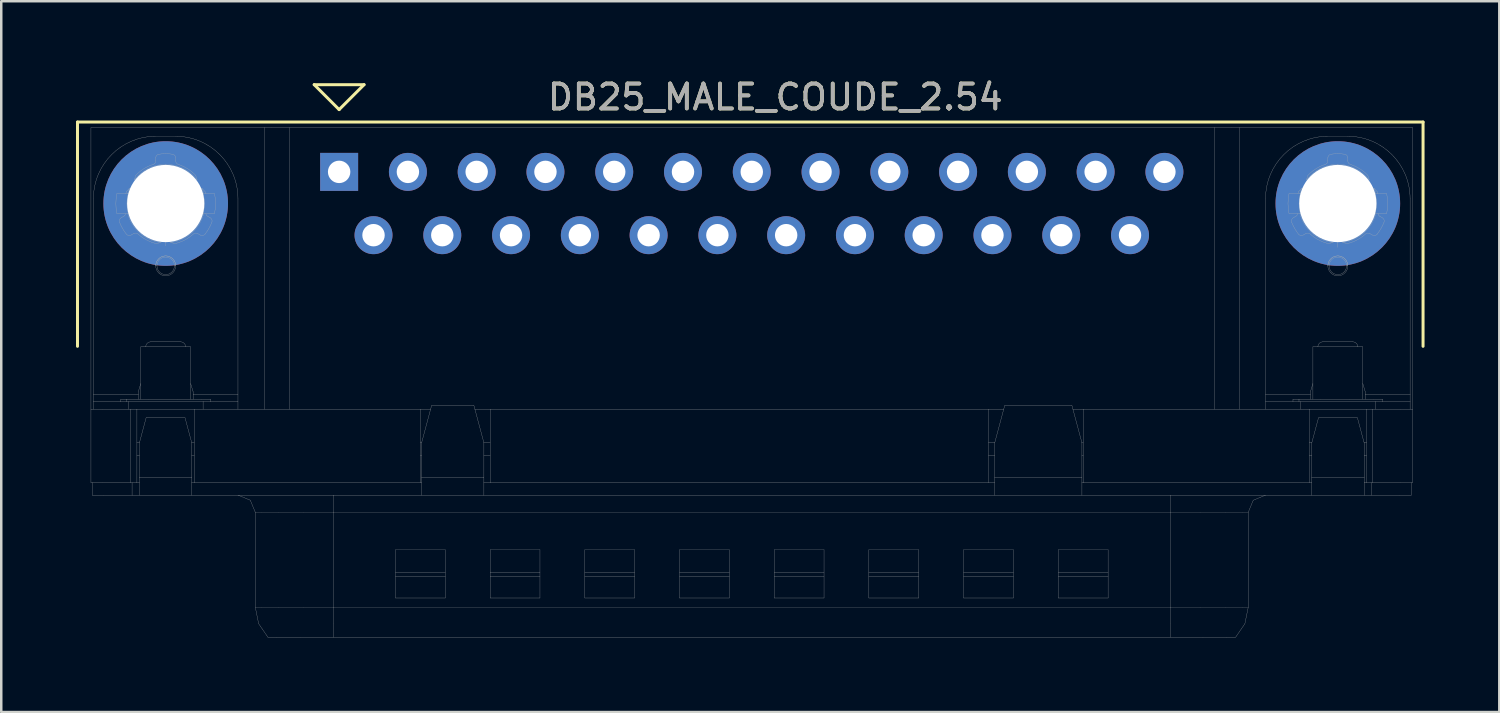
<source format=kicad_pcb>
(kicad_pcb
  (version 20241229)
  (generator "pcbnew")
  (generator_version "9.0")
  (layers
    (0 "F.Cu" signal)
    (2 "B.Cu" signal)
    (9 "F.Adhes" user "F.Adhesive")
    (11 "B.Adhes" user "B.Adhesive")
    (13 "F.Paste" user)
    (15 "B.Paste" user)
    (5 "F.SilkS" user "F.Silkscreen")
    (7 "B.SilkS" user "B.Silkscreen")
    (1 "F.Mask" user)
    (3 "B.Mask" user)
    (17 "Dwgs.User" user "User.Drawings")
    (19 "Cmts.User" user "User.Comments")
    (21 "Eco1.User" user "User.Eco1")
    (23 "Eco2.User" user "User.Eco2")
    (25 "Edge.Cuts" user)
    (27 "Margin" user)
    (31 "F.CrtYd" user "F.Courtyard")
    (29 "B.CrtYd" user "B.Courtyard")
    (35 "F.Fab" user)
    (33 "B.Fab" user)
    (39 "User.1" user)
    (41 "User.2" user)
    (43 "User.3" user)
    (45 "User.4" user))
  (footprint "DB25_MALE_COUDE_2.54"
    (layer "F.Cu")
    (at 10.56 3.848)
    (property "Reference" "DB25_MALE_COUDE_2.54" (at 17.5 -3 0) (layer "F.SilkS") (effects (font (size 1 1) (thickness 0.15))))
    (attr through_hole)
    (fp_line (start -10.5 -2) (end 43.5 -2) (stroke (width 0.12) (type solid)) (layer "F.SilkS"))
    (fp_line (start -10.5 7) (end -10.5 -2) (stroke (width 0.12) (type solid)) (layer "F.SilkS"))
    (fp_line (start -1 -3.5) (end 0 -2.5) (stroke (width 0.12) (type solid)) (layer "F.SilkS"))
    (fp_line (start 0 -2.5) (end 1 -3.5) (stroke (width 0.12) (type solid)) (layer "F.SilkS"))
    (fp_line (start 1 -3.5) (end -1 -3.5) (stroke (width 0.12) (type solid)) (layer "F.SilkS"))
    (fp_line (start 43.5 -2) (end 43.5 7) (stroke (width 0.12) (type solid)) (layer "F.SilkS"))
    (fp_line (start -9.96 -1.778) (end -9.96 9.522) (stroke (width 0.01) (type solid)) (layer "F.Fab"))
    (fp_line (start -9.96 9.522) (end -9.491 9.522) (stroke (width 0.01) (type solid)) (layer "F.Fab"))
    (fp_line (start -9.96 12.472) (end -9.96 9.522) (stroke (width 0.01) (type solid)) (layer "F.Fab"))
    (fp_line (start -9.96 12.472) (end -9.491 12.472) (stroke (width 0.01) (type solid)) (layer "F.Fab"))
    (fp_line (start -9.91 12.472) (end -9.91 12.972) (stroke (width 0.01) (type solid)) (layer "F.Fab"))
    (fp_line (start -9.91 12.972) (end -9.441 12.972) (stroke (width 0.01) (type solid)) (layer "F.Fab"))
    (fp_line (start -9.86 1.072) (end -9.86 8.922) (stroke (width 0.01) (type solid)) (layer "F.Fab"))
    (fp_line (start -9.86 8.922) (end -8.06 8.922) (stroke (width 0.01) (type solid)) (layer "F.Fab"))
    (fp_line (start -9.86 9.222) (end -9.86 8.922) (stroke (width 0.01) (type solid)) (layer "F.Fab"))
    (fp_line (start -9.86 9.522) (end -9.86 9.222) (stroke (width 0.01) (type solid)) (layer "F.Fab"))
    (fp_line (start -9.491 9.522) (end -8.36 9.522) (stroke (width 0.01) (type solid)) (layer "F.Fab"))
    (fp_line (start -9.491 12.472) (end -8.36 12.472) (stroke (width 0.01) (type solid)) (layer "F.Fab"))
    (fp_line (start -9.441 12.972) (end -8.31 12.972) (stroke (width 0.01) (type solid)) (layer "F.Fab"))
    (fp_line (start -8.92 1.672) (end -8.463 1.672) (stroke (width 0.01) (type solid)) (layer "F.Fab"))
    (fp_line (start -8.76 9.122) (end -8.519 9.122) (stroke (width 0.01) (type solid)) (layer "F.Fab"))
    (fp_line (start -8.76 9.222) (end -8.76 9.122) (stroke (width 0.01) (type solid)) (layer "F.Fab"))
    (fp_line (start -8.644 1.782) (end -8.748 1.842) (stroke (width 0.01) (type solid)) (layer "F.Fab"))
    (fp_line (start -8.519 9.122) (end -7.646 9.122) (stroke (width 0.01) (type solid)) (layer "F.Fab"))
    (fp_line (start -8.519 9.222) (end -8.519 9.122) (stroke (width 0.01) (type solid)) (layer "F.Fab"))
    (fp_line (start -8.463 0.872) (end -8.92 0.872) (stroke (width 0.01) (type solid)) (layer "F.Fab"))
    (fp_line (start -8.463 0.872) (end -8.223 0.872) (stroke (width 0.01) (type solid)) (layer "F.Fab"))
    (fp_line (start -8.463 0.872) (end -8.223 0.872) (stroke (width 0.01) (type solid)) (layer "F.Fab"))
    (fp_line (start -8.463 1.672) (end -8.223 1.672) (stroke (width 0.01) (type solid)) (layer "F.Fab"))
    (fp_line (start -8.46 9.222) (end -9.86 9.222) (stroke (width 0.01) (type solid)) (layer "F.Fab"))
    (fp_line (start -8.46 9.222) (end -5.46 9.222) (stroke (width 0.01) (type solid)) (layer "F.Fab"))
    (fp_line (start -8.46 9.522) (end -8.46 9.222) (stroke (width 0.01) (type solid)) (layer "F.Fab"))
    (fp_line (start -8.36 9.522) (end -8.115 9.522) (stroke (width 0.01) (type solid)) (layer "F.Fab"))
    (fp_line (start -8.36 12.472) (end -8.36 9.522) (stroke (width 0.01) (type solid)) (layer "F.Fab"))
    (fp_line (start -8.36 12.472) (end -8.115 12.472) (stroke (width 0.01) (type solid)) (layer "F.Fab"))
    (fp_line (start -8.348 2.534) (end -8.244 2.475) (stroke (width 0.01) (type solid)) (layer "F.Fab"))
    (fp_line (start -8.31 12.472) (end -8.31 12.972) (stroke (width 0.01) (type solid)) (layer "F.Fab"))
    (fp_line (start -8.31 12.972) (end -8.015 12.972) (stroke (width 0.01) (type solid)) (layer "F.Fab"))
    (fp_line (start -8.223 1.672) (end -8.463 1.672) (stroke (width 0.01) (type solid)) (layer "F.Fab"))
    (fp_line (start -8.115 9.522) (end -5.815 9.522) (stroke (width 0.01) (type solid)) (layer "F.Fab"))
    (fp_line (start -8.115 10.872) (end -8.015 10.872) (stroke (width 0.01) (type solid)) (layer "F.Fab"))
    (fp_line (start -8.115 11.372) (end -8.015 11.372) (stroke (width 0.01) (type solid)) (layer "F.Fab"))
    (fp_line (start -8.115 12.472) (end -8.115 9.522) (stroke (width 0.01) (type solid)) (layer "F.Fab"))
    (fp_line (start -8.115 12.472) (end -8.015 12.472) (stroke (width 0.01) (type solid)) (layer "F.Fab"))
    (fp_line (start -8.06 8.822) (end -7.96 8.494) (stroke (width 0.01) (type solid)) (layer "F.Fab"))
    (fp_line (start -8.06 8.922) (end -8.06 8.822) (stroke (width 0.01) (type solid)) (layer "F.Fab"))
    (fp_line (start -8.06 9.122) (end -8.06 8.922) (stroke (width 0.01) (type solid)) (layer "F.Fab"))
    (fp_line (start -8.015 10.872) (end -7.747 9.872) (stroke (width 0.01) (type solid)) (layer "F.Fab"))
    (fp_line (start -8.015 12.272) (end -8.015 10.872) (stroke (width 0.01) (type solid)) (layer "F.Fab"))
    (fp_line (start -8.015 12.272) (end -5.915 12.272) (stroke (width 0.01) (type solid)) (layer "F.Fab"))
    (fp_line (start -8.015 12.472) (end -8.015 12.272) (stroke (width 0.01) (type solid)) (layer "F.Fab"))
    (fp_line (start -8.015 12.972) (end -8.015 12.472) (stroke (width 0.01) (type solid)) (layer "F.Fab"))
    (fp_line (start -8.015 12.972) (end -5.915 12.972) (stroke (width 0.01) (type solid)) (layer "F.Fab"))
    (fp_line (start -7.96 9.122) (end -7.96 7.022) (stroke (width 0.01) (type solid)) (layer "F.Fab"))
    (fp_line (start -7.747 9.872) (end -6.183 9.872) (stroke (width 0.01) (type solid)) (layer "F.Fab"))
    (fp_line (start -7.646 9.122) (end -6.494 9.122) (stroke (width 0.01) (type solid)) (layer "F.Fab"))
    (fp_line (start -7.56 6.822) (end -6.36 6.822) (stroke (width 0.01) (type solid)) (layer "F.Fab"))
    (fp_line (start -7.36 -1.428) (end -6.56 -1.428) (stroke (width 0.01) (type solid)) (layer "F.Fab"))
    (fp_line (start -7.36 -0.561) (end -7.36 -0.442) (stroke (width 0.01) (type solid)) (layer "F.Fab"))
    (fp_line (start -7.31 3.772) (end -7.36 3.772) (stroke (width 0.01) (type solid)) (layer "F.Fab"))
    (fp_line (start -6.96 -0.303) (end -6.96 2.972) (stroke (width 0.01) (type solid)) (layer "F.Fab"))
    (fp_line (start -6.96 1.272) (end -8.515 1.272) (stroke (width 0.01) (type solid)) (layer "F.Fab"))
    (fp_line (start -6.96 1.272) (end -6.96 1.272) (stroke (width 0.01) (type solid)) (layer "F.Fab"))
    (fp_line (start -6.61 3.772) (end -6.56 3.772) (stroke (width 0.01) (type solid)) (layer "F.Fab"))
    (fp_line (start -6.56 -0.442) (end -6.56 -0.561) (stroke (width 0.01) (type solid)) (layer "F.Fab"))
    (fp_line (start -6.494 9.122) (end -5.538 9.122) (stroke (width 0.01) (type solid)) (layer "F.Fab"))
    (fp_line (start -6.183 9.872) (end -5.915 10.872) (stroke (width 0.01) (type solid)) (layer "F.Fab"))
    (fp_line (start -5.96 7.022) (end -7.96 7.022) (stroke (width 0.01) (type solid)) (layer "F.Fab"))
    (fp_line (start -5.96 8.494) (end -5.86 8.822) (stroke (width 0.01) (type solid)) (layer "F.Fab"))
    (fp_line (start -5.96 9.122) (end -5.96 7.022) (stroke (width 0.01) (type solid)) (layer "F.Fab"))
    (fp_line (start -5.915 10.872) (end -5.915 12.272) (stroke (width 0.01) (type solid)) (layer "F.Fab"))
    (fp_line (start -5.915 10.872) (end -5.815 10.872) (stroke (width 0.01) (type solid)) (layer "F.Fab"))
    (fp_line (start -5.915 11.372) (end -5.815 11.372) (stroke (width 0.01) (type solid)) (layer "F.Fab"))
    (fp_line (start -5.915 12.272) (end -5.915 12.472) (stroke (width 0.01) (type solid)) (layer "F.Fab"))
    (fp_line (start -5.915 12.472) (end -5.815 12.472) (stroke (width 0.01) (type solid)) (layer "F.Fab"))
    (fp_line (start -5.915 12.972) (end -5.915 12.472) (stroke (width 0.01) (type solid)) (layer "F.Fab"))
    (fp_line (start -5.915 12.972) (end 3.31 12.972) (stroke (width 0.01) (type solid)) (layer "F.Fab"))
    (fp_line (start -5.86 8.922) (end -5.86 8.822) (stroke (width 0.01) (type solid)) (layer "F.Fab"))
    (fp_line (start -5.86 8.922) (end -4.06 8.922) (stroke (width 0.01) (type solid)) (layer "F.Fab"))
    (fp_line (start -5.86 9.122) (end -5.86 8.922) (stroke (width 0.01) (type solid)) (layer "F.Fab"))
    (fp_line (start -5.815 9.522) (end 3.26 9.522) (stroke (width 0.01) (type solid)) (layer "F.Fab"))
    (fp_line (start -5.815 12.472) (end -5.815 9.522) (stroke (width 0.01) (type solid)) (layer "F.Fab"))
    (fp_line (start -5.815 12.472) (end 3.26 12.472) (stroke (width 0.01) (type solid)) (layer "F.Fab"))
    (fp_line (start -5.697 0.872) (end -5.457 0.872) (stroke (width 0.01) (type solid)) (layer "F.Fab"))
    (fp_line (start -5.676 2.475) (end -5.573 2.534) (stroke (width 0.01) (type solid)) (layer "F.Fab"))
    (fp_line (start -5.538 9.122) (end -5.16 9.122) (stroke (width 0.01) (type solid)) (layer "F.Fab"))
    (fp_line (start -5.46 9.522) (end -5.46 9.222) (stroke (width 0.01) (type solid)) (layer "F.Fab"))
    (fp_line (start -5.457 0.872) (end -5.697 0.872) (stroke (width 0.01) (type solid)) (layer "F.Fab"))
    (fp_line (start -5.457 1.672) (end -5.697 1.672) (stroke (width 0.01) (type solid)) (layer "F.Fab"))
    (fp_line (start -5.457 1.672) (end -5.697 1.672) (stroke (width 0.01) (type solid)) (layer "F.Fab"))
    (fp_line (start -5.457 1.672) (end -5.001 1.672) (stroke (width 0.01) (type solid)) (layer "F.Fab"))
    (fp_line (start -5.173 1.842) (end -5.276 1.782) (stroke (width 0.01) (type solid)) (layer "F.Fab"))
    (fp_line (start -5.16 9.222) (end -5.16 9.122) (stroke (width 0.01) (type solid)) (layer "F.Fab"))
    (fp_line (start -5.001 0.872) (end -5.457 0.872) (stroke (width 0.01) (type solid)) (layer "F.Fab"))
    (fp_line (start -4.06 1.072) (end -4.06 8.922) (stroke (width 0.01) (type solid)) (layer "F.Fab"))
    (fp_line (start -4.06 8.922) (end -4.06 9.222) (stroke (width 0.01) (type solid)) (layer "F.Fab"))
    (fp_line (start -4.06 9.222) (end -5.46 9.222) (stroke (width 0.01) (type solid)) (layer "F.Fab"))
    (fp_line (start -4.06 9.522) (end -4.06 9.222) (stroke (width 0.01) (type solid)) (layer "F.Fab"))
    (fp_line (start -3.565 13.177) (end -4.06 12.972) (stroke (width 0.01) (type solid)) (layer "F.Fab"))
    (fp_line (start -3.36 13.672) (end -3.565 13.177) (stroke (width 0.01) (type solid)) (layer "F.Fab"))
    (fp_line (start -3.36 17.493) (end -3.36 13.672) (stroke (width 0.01) (type solid)) (layer "F.Fab"))
    (fp_line (start -3.36 17.493) (end -3.23 18.133) (stroke (width 0.01) (type solid)) (layer "F.Fab"))
    (fp_line (start -3.23 18.133) (end -2.86 18.672) (stroke (width 0.01) (type solid)) (layer "F.Fab"))
    (fp_line (start -3.118 13.672) (end -3.36 13.672) (stroke (width 0.01) (type solid)) (layer "F.Fab"))
    (fp_line (start -3.118 17.493) (end -3.36 17.493) (stroke (width 0.01) (type solid)) (layer "F.Fab"))
    (fp_line (start -3 -1.778) (end -9.96 -1.778) (stroke (width 0.01) (type solid)) (layer "F.Fab"))
    (fp_line (start -3 -1.778) (end -3 9.522) (stroke (width 0.01) (type solid)) (layer "F.Fab"))
    (fp_line (start -3 -1.778) (end -2.707 -1.778) (stroke (width 0.01) (type solid)) (layer "F.Fab"))
    (fp_line (start -2.86 18.672) (end -2.506 18.672) (stroke (width 0.01) (type solid)) (layer "F.Fab"))
    (fp_line (start -2.707 -1.778) (end -2 -1.778) (stroke (width 0.01) (type solid)) (layer "F.Fab"))
    (fp_line (start -2.506 18.672) (end -1.548 18.672) (stroke (width 0.01) (type solid)) (layer "F.Fab"))
    (fp_line (start -2.446 13.672) (end -3.118 13.672) (stroke (width 0.01) (type solid)) (layer "F.Fab"))
    (fp_line (start -2.446 17.493) (end -3.118 17.493) (stroke (width 0.01) (type solid)) (layer "F.Fab"))
    (fp_line (start -2 -1.778) (end -2 9.522) (stroke (width 0.01) (type solid)) (layer "F.Fab"))
    (fp_line (start -2 -1.778) (end 35.12 -1.778) (stroke (width 0.01) (type solid)) (layer "F.Fab"))
    (fp_line (start -1.548 18.672) (end -0.24 18.672) (stroke (width 0.01) (type solid)) (layer "F.Fab"))
    (fp_line (start -1.432 13.672) (end -2.446 13.672) (stroke (width 0.01) (type solid)) (layer "F.Fab"))
    (fp_line (start -1.432 17.493) (end -2.446 17.493) (stroke (width 0.01) (type solid)) (layer "F.Fab"))
    (fp_line (start -0.24 12.972) (end -0.24 13.672) (stroke (width 0.01) (type solid)) (layer "F.Fab"))
    (fp_line (start -0.24 13.672) (end -1.432 13.672) (stroke (width 0.01) (type solid)) (layer "F.Fab"))
    (fp_line (start -0.24 17.493) (end -1.432 17.493) (stroke (width 0.01) (type solid)) (layer "F.Fab"))
    (fp_line (start -0.24 18.133) (end -0.24 17.493) (stroke (width 0.01) (type solid)) (layer "F.Fab"))
    (fp_line (start -0.24 18.672) (end -0.24 18.133) (stroke (width 0.01) (type solid)) (layer "F.Fab"))
    (fp_line (start -0.24 13.672) (end -0.24 17.493) (stroke (width 0.01) (type solid)) (layer "F.Fab"))
    (fp_line (start 2.26 17.1) (end 2.26 15.165) (stroke (width 0.01) (type solid)) (layer "F.Fab"))
    (fp_line (start 3.26 9.522) (end 3.672 9.522) (stroke (width 0.01) (type solid)) (layer "F.Fab"))
    (fp_line (start 3.26 10.872) (end 3.31 10.872) (stroke (width 0.01) (type solid)) (layer "F.Fab"))
    (fp_line (start 3.26 11.372) (end 3.31 11.372) (stroke (width 0.01) (type solid)) (layer "F.Fab"))
    (fp_line (start 3.26 12.472) (end 3.26 9.522) (stroke (width 0.01) (type solid)) (layer "F.Fab"))
    (fp_line (start 3.26 12.472) (end 3.31 12.472) (stroke (width 0.01) (type solid)) (layer "F.Fab"))
    (fp_line (start 3.31 10.872) (end 3.31 12.272) (stroke (width 0.01) (type solid)) (layer "F.Fab"))
    (fp_line (start 3.31 12.272) (end 5.81 12.272) (stroke (width 0.01) (type solid)) (layer "F.Fab"))
    (fp_line (start 3.31 12.472) (end 3.31 12.272) (stroke (width 0.01) (type solid)) (layer "F.Fab"))
    (fp_line (start 3.31 12.972) (end 3.31 12.472) (stroke (width 0.01) (type solid)) (layer "F.Fab"))
    (fp_line (start 3.31 12.972) (end 5.81 12.972) (stroke (width 0.01) (type solid)) (layer "F.Fab"))
    (fp_line (start 3.712 9.372) (end 3.31 10.872) (stroke (width 0.01) (type solid)) (layer "F.Fab"))
    (fp_line (start 4.26 15.165) (end 2.26 15.165) (stroke (width 0.01) (type solid)) (layer "F.Fab"))
    (fp_line (start 4.26 16.092) (end 2.26 16.092) (stroke (width 0.01) (type solid)) (layer "F.Fab"))
    (fp_line (start 4.26 16.242) (end 2.26 16.242) (stroke (width 0.01) (type solid)) (layer "F.Fab"))
    (fp_line (start 4.26 17.1) (end 2.26 17.1) (stroke (width 0.01) (type solid)) (layer "F.Fab"))
    (fp_line (start 4.26 17.1) (end 4.26 15.165) (stroke (width 0.01) (type solid)) (layer "F.Fab"))
    (fp_line (start 5.408 9.372) (end 3.712 9.372) (stroke (width 0.01) (type solid)) (layer "F.Fab"))
    (fp_line (start 5.448 9.522) (end 6.06 9.522) (stroke (width 0.01) (type solid)) (layer "F.Fab"))
    (fp_line (start 5.81 10.872) (end 5.408 9.372) (stroke (width 0.01) (type solid)) (layer "F.Fab"))
    (fp_line (start 5.81 10.872) (end 6.06 10.872) (stroke (width 0.01) (type solid)) (layer "F.Fab"))
    (fp_line (start 5.81 11.372) (end 6.06 11.372) (stroke (width 0.01) (type solid)) (layer "F.Fab"))
    (fp_line (start 5.81 12.272) (end 5.81 10.872) (stroke (width 0.01) (type solid)) (layer "F.Fab"))
    (fp_line (start 5.81 12.272) (end 5.81 12.472) (stroke (width 0.01) (type solid)) (layer "F.Fab"))
    (fp_line (start 5.81 12.472) (end 6.06 12.472) (stroke (width 0.01) (type solid)) (layer "F.Fab"))
    (fp_line (start 5.81 12.972) (end 5.81 12.472) (stroke (width 0.01) (type solid)) (layer "F.Fab"))
    (fp_line (start 5.81 12.972) (end 26.31 12.972) (stroke (width 0.01) (type solid)) (layer "F.Fab"))
    (fp_line (start 6.06 9.522) (end 26.06 9.522) (stroke (width 0.01) (type solid)) (layer "F.Fab"))
    (fp_line (start 6.06 12.472) (end 6.06 9.522) (stroke (width 0.01) (type solid)) (layer "F.Fab"))
    (fp_line (start 6.06 12.472) (end 26.06 12.472) (stroke (width 0.01) (type solid)) (layer "F.Fab"))
    (fp_line (start 6.06 17.1) (end 6.06 15.165) (stroke (width 0.01) (type solid)) (layer "F.Fab"))
    (fp_line (start 8.06 15.165) (end 6.06 15.165) (stroke (width 0.01) (type solid)) (layer "F.Fab"))
    (fp_line (start 8.06 16.092) (end 6.06 16.092) (stroke (width 0.01) (type solid)) (layer "F.Fab"))
    (fp_line (start 8.06 16.242) (end 6.06 16.242) (stroke (width 0.01) (type solid)) (layer "F.Fab"))
    (fp_line (start 8.06 17.1) (end 6.06 17.1) (stroke (width 0.01) (type solid)) (layer "F.Fab"))
    (fp_line (start 8.06 17.1) (end 8.06 15.165) (stroke (width 0.01) (type solid)) (layer "F.Fab"))
    (fp_line (start 9.86 17.1) (end 9.86 15.165) (stroke (width 0.01) (type solid)) (layer "F.Fab"))
    (fp_line (start 11.86 15.165) (end 9.86 15.165) (stroke (width 0.01) (type solid)) (layer "F.Fab"))
    (fp_line (start 11.86 16.092) (end 9.86 16.092) (stroke (width 0.01) (type solid)) (layer "F.Fab"))
    (fp_line (start 11.86 16.242) (end 9.86 16.242) (stroke (width 0.01) (type solid)) (layer "F.Fab"))
    (fp_line (start 11.86 17.1) (end 9.86 17.1) (stroke (width 0.01) (type solid)) (layer "F.Fab"))
    (fp_line (start 11.86 17.1) (end 11.86 15.165) (stroke (width 0.01) (type solid)) (layer "F.Fab"))
    (fp_line (start 13.66 17.1) (end 13.66 15.165) (stroke (width 0.01) (type solid)) (layer "F.Fab"))
    (fp_line (start 15.66 15.165) (end 13.66 15.165) (stroke (width 0.01) (type solid)) (layer "F.Fab"))
    (fp_line (start 15.66 16.092) (end 13.66 16.092) (stroke (width 0.01) (type solid)) (layer "F.Fab"))
    (fp_line (start 15.66 16.242) (end 13.66 16.242) (stroke (width 0.01) (type solid)) (layer "F.Fab"))
    (fp_line (start 15.66 17.1) (end 13.66 17.1) (stroke (width 0.01) (type solid)) (layer "F.Fab"))
    (fp_line (start 15.66 17.1) (end 15.66 15.165) (stroke (width 0.01) (type solid)) (layer "F.Fab"))
    (fp_line (start 17.46 17.1) (end 17.46 15.165) (stroke (width 0.01) (type solid)) (layer "F.Fab"))
    (fp_line (start 19.46 15.165) (end 17.46 15.165) (stroke (width 0.01) (type solid)) (layer "F.Fab"))
    (fp_line (start 19.46 16.092) (end 17.46 16.092) (stroke (width 0.01) (type solid)) (layer "F.Fab"))
    (fp_line (start 19.46 16.242) (end 17.46 16.242) (stroke (width 0.01) (type solid)) (layer "F.Fab"))
    (fp_line (start 19.46 17.1) (end 17.46 17.1) (stroke (width 0.01) (type solid)) (layer "F.Fab"))
    (fp_line (start 19.46 17.1) (end 19.46 15.165) (stroke (width 0.01) (type solid)) (layer "F.Fab"))
    (fp_line (start 21.26 17.1) (end 21.26 15.165) (stroke (width 0.01) (type solid)) (layer "F.Fab"))
    (fp_line (start 23.26 15.165) (end 21.26 15.165) (stroke (width 0.01) (type solid)) (layer "F.Fab"))
    (fp_line (start 23.26 16.092) (end 21.26 16.092) (stroke (width 0.01) (type solid)) (layer "F.Fab"))
    (fp_line (start 23.26 16.242) (end 21.26 16.242) (stroke (width 0.01) (type solid)) (layer "F.Fab"))
    (fp_line (start 23.26 17.1) (end 21.26 17.1) (stroke (width 0.01) (type solid)) (layer "F.Fab"))
    (fp_line (start 23.26 17.1) (end 23.26 15.165) (stroke (width 0.01) (type solid)) (layer "F.Fab"))
    (fp_line (start 25.06 17.1) (end 25.06 15.165) (stroke (width 0.01) (type solid)) (layer "F.Fab"))
    (fp_line (start 26.06 9.522) (end 26.672 9.522) (stroke (width 0.01) (type solid)) (layer "F.Fab"))
    (fp_line (start 26.06 10.872) (end 26.31 10.872) (stroke (width 0.01) (type solid)) (layer "F.Fab"))
    (fp_line (start 26.06 11.372) (end 26.31 11.372) (stroke (width 0.01) (type solid)) (layer "F.Fab"))
    (fp_line (start 26.06 12.472) (end 26.06 9.522) (stroke (width 0.01) (type solid)) (layer "F.Fab"))
    (fp_line (start 26.06 12.472) (end 26.31 12.472) (stroke (width 0.01) (type solid)) (layer "F.Fab"))
    (fp_line (start 26.31 10.872) (end 26.31 12.272) (stroke (width 0.01) (type solid)) (layer "F.Fab"))
    (fp_line (start 26.31 12.272) (end 29.81 12.272) (stroke (width 0.01) (type solid)) (layer "F.Fab"))
    (fp_line (start 26.31 12.472) (end 26.31 12.272) (stroke (width 0.01) (type solid)) (layer "F.Fab"))
    (fp_line (start 26.31 12.972) (end 26.31 12.472) (stroke (width 0.01) (type solid)) (layer "F.Fab"))
    (fp_line (start 26.31 12.972) (end 29.81 12.972) (stroke (width 0.01) (type solid)) (layer "F.Fab"))
    (fp_line (start 26.712 9.372) (end 26.31 10.872) (stroke (width 0.01) (type solid)) (layer "F.Fab"))
    (fp_line (start 27.06 15.165) (end 25.06 15.165) (stroke (width 0.01) (type solid)) (layer "F.Fab"))
    (fp_line (start 27.06 16.092) (end 25.06 16.092) (stroke (width 0.01) (type solid)) (layer "F.Fab"))
    (fp_line (start 27.06 16.242) (end 25.06 16.242) (stroke (width 0.01) (type solid)) (layer "F.Fab"))
    (fp_line (start 27.06 17.1) (end 25.06 17.1) (stroke (width 0.01) (type solid)) (layer "F.Fab"))
    (fp_line (start 27.06 17.1) (end 27.06 15.165) (stroke (width 0.01) (type solid)) (layer "F.Fab"))
    (fp_line (start 28.86 17.1) (end 28.86 15.165) (stroke (width 0.01) (type solid)) (layer "F.Fab"))
    (fp_line (start 29.408 9.372) (end 26.712 9.372) (stroke (width 0.01) (type solid)) (layer "F.Fab"))
    (fp_line (start 29.448 9.522) (end 29.86 9.522) (stroke (width 0.01) (type solid)) (layer "F.Fab"))
    (fp_line (start 29.81 10.872) (end 29.408 9.372) (stroke (width 0.01) (type solid)) (layer "F.Fab"))
    (fp_line (start 29.81 10.872) (end 29.86 10.872) (stroke (width 0.01) (type solid)) (layer "F.Fab"))
    (fp_line (start 29.81 11.372) (end 29.86 11.372) (stroke (width 0.01) (type solid)) (layer "F.Fab"))
    (fp_line (start 29.81 12.272) (end 29.81 10.872) (stroke (width 0.01) (type solid)) (layer "F.Fab"))
    (fp_line (start 29.81 12.272) (end 29.81 12.472) (stroke (width 0.01) (type solid)) (layer "F.Fab"))
    (fp_line (start 29.81 12.472) (end 29.86 12.472) (stroke (width 0.01) (type solid)) (layer "F.Fab"))
    (fp_line (start 29.81 12.972) (end 29.81 12.472) (stroke (width 0.01) (type solid)) (layer "F.Fab"))
    (fp_line (start 29.81 12.972) (end 39.035 12.972) (stroke (width 0.01) (type solid)) (layer "F.Fab"))
    (fp_line (start 29.86 9.522) (end 38.935 9.522) (stroke (width 0.01) (type solid)) (layer "F.Fab"))
    (fp_line (start 29.86 12.472) (end 29.86 9.522) (stroke (width 0.01) (type solid)) (layer "F.Fab"))
    (fp_line (start 29.86 12.472) (end 38.935 12.472) (stroke (width 0.01) (type solid)) (layer "F.Fab"))
    (fp_line (start 30.86 15.165) (end 28.86 15.165) (stroke (width 0.01) (type solid)) (layer "F.Fab"))
    (fp_line (start 30.86 16.092) (end 28.86 16.092) (stroke (width 0.01) (type solid)) (layer "F.Fab"))
    (fp_line (start 30.86 16.242) (end 28.86 16.242) (stroke (width 0.01) (type solid)) (layer "F.Fab"))
    (fp_line (start 30.86 17.1) (end 28.86 17.1) (stroke (width 0.01) (type solid)) (layer "F.Fab"))
    (fp_line (start 30.86 17.1) (end 30.86 15.165) (stroke (width 0.01) (type solid)) (layer "F.Fab"))
    (fp_line (start 33.36 13.672) (end 33.36 17.493) (stroke (width 0.01) (type solid)) (layer "F.Fab"))
    (fp_line (start 33.36 12.972) (end 33.36 13.672) (stroke (width 0.01) (type solid)) (layer "F.Fab"))
    (fp_line (start 33.36 13.672) (end -0.24 13.672) (stroke (width 0.01) (type solid)) (layer "F.Fab"))
    (fp_line (start 33.36 17.493) (end -0.24 17.493) (stroke (width 0.01) (type solid)) (layer "F.Fab"))
    (fp_line (start 33.36 18.133) (end 33.36 17.493) (stroke (width 0.01) (type solid)) (layer "F.Fab"))
    (fp_line (start 33.36 18.672) (end -0.24 18.672) (stroke (width 0.01) (type solid)) (layer "F.Fab"))
    (fp_line (start 33.36 18.672) (end 33.36 18.133) (stroke (width 0.01) (type solid)) (layer "F.Fab"))
    (fp_line (start 33.36 18.672) (end 34.668 18.672) (stroke (width 0.01) (type solid)) (layer "F.Fab"))
    (fp_line (start 34.552 13.672) (end 33.36 13.672) (stroke (width 0.01) (type solid)) (layer "F.Fab"))
    (fp_line (start 34.552 17.493) (end 33.36 17.493) (stroke (width 0.01) (type solid)) (layer "F.Fab"))
    (fp_line (start 34.668 18.672) (end 35.626 18.672) (stroke (width 0.01) (type solid)) (layer "F.Fab"))
    (fp_line (start 35.12 -1.778) (end 35.12 9.522) (stroke (width 0.01) (type solid)) (layer "F.Fab"))
    (fp_line (start 35.12 -1.778) (end 35.827 -1.778) (stroke (width 0.01) (type solid)) (layer "F.Fab"))
    (fp_line (start 35.566 13.672) (end 34.552 13.672) (stroke (width 0.01) (type solid)) (layer "F.Fab"))
    (fp_line (start 35.566 17.493) (end 34.552 17.493) (stroke (width 0.01) (type solid)) (layer "F.Fab"))
    (fp_line (start 35.626 18.672) (end 35.98 18.672) (stroke (width 0.01) (type solid)) (layer "F.Fab"))
    (fp_line (start 35.827 -1.778) (end 36.12 -1.778) (stroke (width 0.01) (type solid)) (layer "F.Fab"))
    (fp_line (start 36.12 -1.778) (end 36.12 9.522) (stroke (width 0.01) (type solid)) (layer "F.Fab"))
    (fp_line (start 36.238 13.672) (end 35.566 13.672) (stroke (width 0.01) (type solid)) (layer "F.Fab"))
    (fp_line (start 36.238 17.493) (end 35.566 17.493) (stroke (width 0.01) (type solid)) (layer "F.Fab"))
    (fp_line (start 36.35 18.133) (end 35.98 18.672) (stroke (width 0.01) (type solid)) (layer "F.Fab"))
    (fp_line (start 36.48 17.493) (end 36.238 17.493) (stroke (width 0.01) (type solid)) (layer "F.Fab"))
    (fp_line (start 36.48 13.672) (end 36.685 13.177) (stroke (width 0.01) (type solid)) (layer "F.Fab"))
    (fp_line (start 36.48 13.672) (end 36.238 13.672) (stroke (width 0.01) (type solid)) (layer "F.Fab"))
    (fp_line (start 36.48 17.493) (end 36.35 18.133) (stroke (width 0.01) (type solid)) (layer "F.Fab"))
    (fp_line (start 36.48 17.493) (end 36.48 13.672) (stroke (width 0.01) (type solid)) (layer "F.Fab"))
    (fp_line (start 36.685 13.177) (end 37.18 12.972) (stroke (width 0.01) (type solid)) (layer "F.Fab"))
    (fp_line (start 37.18 1.072) (end 37.18 8.922) (stroke (width 0.01) (type solid)) (layer "F.Fab"))
    (fp_line (start 37.18 8.922) (end 38.98 8.922) (stroke (width 0.01) (type solid)) (layer "F.Fab"))
    (fp_line (start 37.18 9.222) (end 37.18 8.922) (stroke (width 0.01) (type solid)) (layer "F.Fab"))
    (fp_line (start 37.18 9.522) (end 37.18 9.222) (stroke (width 0.01) (type solid)) (layer "F.Fab"))
    (fp_line (start 38.12 1.672) (end 38.577 1.672) (stroke (width 0.01) (type solid)) (layer "F.Fab"))
    (fp_line (start 38.28 9.122) (end 38.521 9.122) (stroke (width 0.01) (type solid)) (layer "F.Fab"))
    (fp_line (start 38.28 9.222) (end 38.28 9.122) (stroke (width 0.01) (type solid)) (layer "F.Fab"))
    (fp_line (start 38.396 1.782) (end 38.292 1.842) (stroke (width 0.01) (type solid)) (layer "F.Fab"))
    (fp_line (start 38.521 9.122) (end 39.394 9.122) (stroke (width 0.01) (type solid)) (layer "F.Fab"))
    (fp_line (start 38.521 9.222) (end 38.521 9.122) (stroke (width 0.01) (type solid)) (layer "F.Fab"))
    (fp_line (start 38.525 1.272) (end 40.08 1.272) (stroke (width 0.01) (type solid)) (layer "F.Fab"))
    (fp_line (start 38.577 0.872) (end 38.12 0.872) (stroke (width 0.01) (type solid)) (layer "F.Fab"))
    (fp_line (start 38.577 0.872) (end 38.817 0.872) (stroke (width 0.01) (type solid)) (layer "F.Fab"))
    (fp_line (start 38.577 0.872) (end 38.817 0.872) (stroke (width 0.01) (type solid)) (layer "F.Fab"))
    (fp_line (start 38.577 1.672) (end 38.817 1.672) (stroke (width 0.01) (type solid)) (layer "F.Fab"))
    (fp_line (start 38.58 9.222) (end 37.18 9.222) (stroke (width 0.01) (type solid)) (layer "F.Fab"))
    (fp_line (start 38.58 9.222) (end 41.58 9.222) (stroke (width 0.01) (type solid)) (layer "F.Fab"))
    (fp_line (start 38.58 9.522) (end 38.58 9.222) (stroke (width 0.01) (type solid)) (layer "F.Fab"))
    (fp_line (start 38.692 2.534) (end 38.796 2.475) (stroke (width 0.01) (type solid)) (layer "F.Fab"))
    (fp_line (start 38.817 1.672) (end 38.577 1.672) (stroke (width 0.01) (type solid)) (layer "F.Fab"))
    (fp_line (start 38.935 9.522) (end 41.235 9.522) (stroke (width 0.01) (type solid)) (layer "F.Fab"))
    (fp_line (start 38.935 10.872) (end 39.035 10.872) (stroke (width 0.01) (type solid)) (layer "F.Fab"))
    (fp_line (start 38.935 11.372) (end 39.035 11.372) (stroke (width 0.01) (type solid)) (layer "F.Fab"))
    (fp_line (start 38.935 12.472) (end 38.935 9.522) (stroke (width 0.01) (type solid)) (layer "F.Fab"))
    (fp_line (start 38.935 12.472) (end 39.035 12.472) (stroke (width 0.01) (type solid)) (layer "F.Fab"))
    (fp_line (start 38.98 8.822) (end 39.08 8.494) (stroke (width 0.01) (type solid)) (layer "F.Fab"))
    (fp_line (start 38.98 8.922) (end 38.98 8.822) (stroke (width 0.01) (type solid)) (layer "F.Fab"))
    (fp_line (start 38.98 9.122) (end 38.98 8.922) (stroke (width 0.01) (type solid)) (layer "F.Fab"))
    (fp_line (start 39.035 10.872) (end 39.035 12.272) (stroke (width 0.01) (type solid)) (layer "F.Fab"))
    (fp_line (start 39.035 12.272) (end 41.135 12.272) (stroke (width 0.01) (type solid)) (layer "F.Fab"))
    (fp_line (start 39.035 12.472) (end 39.035 12.272) (stroke (width 0.01) (type solid)) (layer "F.Fab"))
    (fp_line (start 39.035 12.972) (end 39.035 12.472) (stroke (width 0.01) (type solid)) (layer "F.Fab"))
    (fp_line (start 39.035 12.972) (end 41.135 12.972) (stroke (width 0.01) (type solid)) (layer "F.Fab"))
    (fp_line (start 39.08 7.022) (end 41.08 7.022) (stroke (width 0.01) (type solid)) (layer "F.Fab"))
    (fp_line (start 39.08 9.122) (end 39.08 7.022) (stroke (width 0.01) (type solid)) (layer "F.Fab"))
    (fp_line (start 39.303 9.872) (end 39.035 10.872) (stroke (width 0.01) (type solid)) (layer "F.Fab"))
    (fp_line (start 39.394 9.122) (end 40.546 9.122) (stroke (width 0.01) (type solid)) (layer "F.Fab"))
    (fp_line (start 39.48 6.822) (end 40.68 6.822) (stroke (width 0.01) (type solid)) (layer "F.Fab"))
    (fp_line (start 39.68 -1.428) (end 40.48 -1.428) (stroke (width 0.01) (type solid)) (layer "F.Fab"))
    (fp_line (start 39.68 -0.561) (end 39.68 -0.442) (stroke (width 0.01) (type solid)) (layer "F.Fab"))
    (fp_line (start 39.73 3.772) (end 39.68 3.772) (stroke (width 0.01) (type solid)) (layer "F.Fab"))
    (fp_line (start 40.08 -0.303) (end 40.08 3.028) (stroke (width 0.01) (type solid)) (layer "F.Fab"))
    (fp_line (start 40.08 1.272) (end 40.08 1.272) (stroke (width 0.01) (type solid)) (layer "F.Fab"))
    (fp_line (start 40.43 3.772) (end 40.48 3.772) (stroke (width 0.01) (type solid)) (layer "F.Fab"))
    (fp_line (start 40.48 -0.442) (end 40.48 -0.561) (stroke (width 0.01) (type solid)) (layer "F.Fab"))
    (fp_line (start 40.546 9.122) (end 41.502 9.122) (stroke (width 0.01) (type solid)) (layer "F.Fab"))
    (fp_line (start 40.867 9.872) (end 39.303 9.872) (stroke (width 0.01) (type solid)) (layer "F.Fab"))
    (fp_line (start 41.08 8.494) (end 41.18 8.822) (stroke (width 0.01) (type solid)) (layer "F.Fab"))
    (fp_line (start 41.08 9.122) (end 41.08 7.022) (stroke (width 0.01) (type solid)) (layer "F.Fab"))
    (fp_line (start 41.135 10.872) (end 40.867 9.872) (stroke (width 0.01) (type solid)) (layer "F.Fab"))
    (fp_line (start 41.135 10.872) (end 41.235 10.872) (stroke (width 0.01) (type solid)) (layer "F.Fab"))
    (fp_line (start 41.135 11.372) (end 41.235 11.372) (stroke (width 0.01) (type solid)) (layer "F.Fab"))
    (fp_line (start 41.135 12.272) (end 41.135 10.872) (stroke (width 0.01) (type solid)) (layer "F.Fab"))
    (fp_line (start 41.135 12.272) (end 41.135 12.472) (stroke (width 0.01) (type solid)) (layer "F.Fab"))
    (fp_line (start 41.135 12.472) (end 41.235 12.472) (stroke (width 0.01) (type solid)) (layer "F.Fab"))
    (fp_line (start 41.135 12.972) (end 41.135 12.472) (stroke (width 0.01) (type solid)) (layer "F.Fab"))
    (fp_line (start 41.135 12.972) (end 41.43 12.972) (stroke (width 0.01) (type solid)) (layer "F.Fab"))
    (fp_line (start 41.18 8.922) (end 41.18 8.822) (stroke (width 0.01) (type solid)) (layer "F.Fab"))
    (fp_line (start 41.18 8.922) (end 42.98 8.922) (stroke (width 0.01) (type solid)) (layer "F.Fab"))
    (fp_line (start 41.18 9.122) (end 41.18 8.922) (stroke (width 0.01) (type solid)) (layer "F.Fab"))
    (fp_line (start 41.235 9.522) (end 41.48 9.522) (stroke (width 0.01) (type solid)) (layer "F.Fab"))
    (fp_line (start 41.235 12.472) (end 41.235 9.522) (stroke (width 0.01) (type solid)) (layer "F.Fab"))
    (fp_line (start 41.235 12.472) (end 41.48 12.472) (stroke (width 0.01) (type solid)) (layer "F.Fab"))
    (fp_line (start 41.343 0.872) (end 41.583 0.872) (stroke (width 0.01) (type solid)) (layer "F.Fab"))
    (fp_line (start 41.364 2.475) (end 41.467 2.534) (stroke (width 0.01) (type solid)) (layer "F.Fab"))
    (fp_line (start 41.43 12.472) (end 41.43 12.972) (stroke (width 0.01) (type solid)) (layer "F.Fab"))
    (fp_line (start 41.43 12.972) (end 42.561 12.972) (stroke (width 0.01) (type solid)) (layer "F.Fab"))
    (fp_line (start 41.48 9.522) (end 42.611 9.522) (stroke (width 0.01) (type solid)) (layer "F.Fab"))
    (fp_line (start 41.48 12.472) (end 41.48 9.522) (stroke (width 0.01) (type solid)) (layer "F.Fab"))
    (fp_line (start 41.48 12.472) (end 42.611 12.472) (stroke (width 0.01) (type solid)) (layer "F.Fab"))
    (fp_line (start 41.502 9.122) (end 41.88 9.122) (stroke (width 0.01) (type solid)) (layer "F.Fab"))
    (fp_line (start 41.58 9.522) (end 41.58 9.222) (stroke (width 0.01) (type solid)) (layer "F.Fab"))
    (fp_line (start 41.583 0.872) (end 41.343 0.872) (stroke (width 0.01) (type solid)) (layer "F.Fab"))
    (fp_line (start 41.583 1.672) (end 41.343 1.672) (stroke (width 0.01) (type solid)) (layer "F.Fab"))
    (fp_line (start 41.583 1.672) (end 41.343 1.672) (stroke (width 0.01) (type solid)) (layer "F.Fab"))
    (fp_line (start 41.583 1.672) (end 42.039 1.672) (stroke (width 0.01) (type solid)) (layer "F.Fab"))
    (fp_line (start 41.867 1.842) (end 41.764 1.782) (stroke (width 0.01) (type solid)) (layer "F.Fab"))
    (fp_line (start 41.88 9.222) (end 41.88 9.122) (stroke (width 0.01) (type solid)) (layer "F.Fab"))
    (fp_line (start 42.039 0.872) (end 41.583 0.872) (stroke (width 0.01) (type solid)) (layer "F.Fab"))
    (fp_line (start 42.561 12.972) (end 43.03 12.972) (stroke (width 0.01) (type solid)) (layer "F.Fab"))
    (fp_line (start 42.611 9.522) (end 43.08 9.522) (stroke (width 0.01) (type solid)) (layer "F.Fab"))
    (fp_line (start 42.611 12.472) (end 43.08 12.472) (stroke (width 0.01) (type solid)) (layer "F.Fab"))
    (fp_line (start 42.98 1.072) (end 42.98 8.922) (stroke (width 0.01) (type solid)) (layer "F.Fab"))
    (fp_line (start 42.98 8.922) (end 42.98 9.222) (stroke (width 0.01) (type solid)) (layer "F.Fab"))
    (fp_line (start 42.98 9.222) (end 41.58 9.222) (stroke (width 0.01) (type solid)) (layer "F.Fab"))
    (fp_line (start 42.98 9.522) (end 42.98 9.222) (stroke (width 0.01) (type solid)) (layer "F.Fab"))
    (fp_line (start 43.03 12.472) (end 43.03 12.972) (stroke (width 0.01) (type solid)) (layer "F.Fab"))
    (fp_line (start 43.08 -1.778) (end 36.12 -1.778) (stroke (width 0.01) (type solid)) (layer "F.Fab"))
    (fp_line (start 43.08 -1.778) (end 43.08 9.522) (stroke (width 0.01) (type solid)) (layer "F.Fab"))
    (fp_line (start 43.08 12.472) (end 43.08 9.522) (stroke (width 0.01) (type solid)) (layer "F.Fab"))
    (fp_arc (start -9.860129 1.071538) (mid -9.127896 -0.696229) (end -7.360129 -1.428462) (stroke (width 0.01) (type solid)) (layer "F.Fab"))
    (fp_arc (start -8.91972 1.671539) (mid -8.960128 1.271539) (end -8.91972 0.871539) (stroke (width 0.01) (type solid)) (layer "F.Fab"))
    (fp_arc (start -8.811427 2.028304) (mid -8.814506 1.923) (end -8.747579 1.841643) (stroke (width 0.01) (type solid)) (layer "F.Fab"))
    (fp_arc (start -8.570675 1.671538) (mid -8.594638 1.735424) (end -8.644421 1.782085) (stroke (width 0.01) (type solid)) (layer "F.Fab"))
    (fp_arc (start -8.56091 0.871539) (mid -8.549975 0.830074) (end -8.537965 0.788908) (stroke (width 0.01) (type solid)) (layer "F.Fab"))
    (fp_arc (start -8.541157 2.496427) (mid -8.69218 2.271539) (end -8.811427 2.028305) (stroke (width 0.01) (type solid)) (layer "F.Fab"))
    (fp_arc (start -8.483488 0.871538) (mid -8.449461 0.759179) (end -8.40716 0.649667) (stroke (width 0.01) (type solid)) (layer "F.Fab"))
    (fp_arc (start -8.462801 1.671539) (mid -8.515129 1.271539) (end -8.462801 0.871539) (stroke (width 0.01) (type solid)) (layer "F.Fab"))
    (fp_arc (start -8.40716 0.649667) (mid -8.469833 0.721852) (end -8.537965 0.788908) (stroke (width 0.01) (type solid)) (layer "F.Fab"))
    (fp_arc (start -8.347579 2.534464) (mid -8.4515 2.551746) (end -8.541156 2.496427) (stroke (width 0.01) (type solid)) (layer "F.Fab"))
    (fp_arc (start -8.244421 2.474906) (mid -8.153471 2.45566) (end -8.068647 2.493703) (stroke (width 0.01) (type solid)) (layer "F.Fab"))
    (fp_arc (start -8.223309 1.671539) (mid -8.285129 1.271539) (end -8.223309 0.871539) (stroke (width 0.01) (type solid)) (layer "F.Fab"))
    (fp_arc (start -8.223309 1.671539) (mid -8.285129 1.271539) (end -8.223309 0.871539) (stroke (width 0.01) (type solid)) (layer "F.Fab"))
    (fp_arc (start -8.222201 0.329307) (mid -6.960128 -0.303462) (end -5.698056 0.329308) (stroke (width 0.01) (type solid)) (layer "F.Fab"))
    (fp_arc (start -8.167017 0.146407) (mid -7.844236 -0.121607) (end -7.464295 -0.299549) (stroke (width 0.01) (type solid)) (layer "F.Fab"))
    (fp_arc (start -8.167017 0.146408) (mid -8.191023 0.23894) (end -8.222201 0.329308) (stroke (width 0.01) (type solid)) (layer "F.Fab"))
    (fp_arc (start -7.760129 7.021538) (mid -7.70155 6.880117) (end -7.560129 6.821538) (stroke (width 0.01) (type solid)) (layer "F.Fab"))
    (fp_arc (start -7.360129 -0.561492) (mid -7.323135 -0.660131) (end -7.230399 -0.710116) (stroke (width 0.01) (type solid)) (layer "F.Fab"))
    (fp_arc (start -7.360129 -0.442376) (mid -7.388937 -0.353987) (end -7.464295 -0.299549) (stroke (width 0.01) (type solid)) (layer "F.Fab"))
    (fp_arc (start -7.360129 3.771538) (mid -6.960129 3.371538) (end -6.560129 3.771538) (stroke (width 0.01) (type solid)) (layer "F.Fab"))
    (fp_arc (start -7.360129 3.771538) (mid -6.960129 3.371538) (end -6.560129 3.771538) (stroke (width 0.01) (type solid)) (layer "F.Fab"))
    (fp_arc (start -7.331076 2.8793) (mid -7.724574 2.733771) (end -8.068647 2.493703) (stroke (width 0.01) (type solid)) (layer "F.Fab"))
    (fp_arc (start -7.331076 2.8793) (mid -7.238938 2.853824) (end -7.145088 2.83564) (stroke (width 0.01) (type solid)) (layer "F.Fab"))
    (fp_arc (start -7.310129 3.771538) (mid -6.960129 3.421538) (end -6.610129 3.771538) (stroke (width 0.01) (type solid)) (layer "F.Fab"))
    (fp_arc (start -7.230398 -0.710116) (mid -6.960128 -0.728461) (end -6.689858 -0.710116) (stroke (width 0.01) (type solid)) (layer "F.Fab"))
    (fp_arc (start -7.145087 2.83564) (mid -7.993749 2.459921) (end -8.483488 1.671539) (stroke (width 0.01) (type solid)) (layer "F.Fab"))
    (fp_arc (start -6.775169 2.83564) (mid -6.681319 2.853824) (end -6.589181 2.8793) (stroke (width 0.01) (type solid)) (layer "F.Fab"))
    (fp_arc (start -6.689859 -0.710116) (mid -6.597124 -0.660131) (end -6.560129 -0.561492) (stroke (width 0.01) (type solid)) (layer "F.Fab"))
    (fp_arc (start -6.610129 3.771538) (mid -6.960129 4.121538) (end -7.310129 3.771538) (stroke (width 0.01) (type solid)) (layer "F.Fab"))
    (fp_arc (start -6.560129 -1.428462) (mid -4.792362 -0.696229) (end -4.060129 1.071538) (stroke (width 0.01) (type solid)) (layer "F.Fab"))
    (fp_arc (start -6.560129 3.771538) (mid -6.960129 4.171538) (end -7.360129 3.771538) (stroke (width 0.01) (type solid)) (layer "F.Fab"))
    (fp_arc (start -6.455962 -0.29955) (mid -6.53132 -0.353987) (end -6.560128 -0.442375) (stroke (width 0.01) (type solid)) (layer "F.Fab"))
    (fp_arc (start -6.455962 -0.29955) (mid -6.076021 -0.121607) (end -5.75324 0.146407) (stroke (width 0.01) (type solid)) (layer "F.Fab"))
    (fp_arc (start -6.360129 6.821538) (mid -6.218708 6.880117) (end -6.160129 7.021538) (stroke (width 0.01) (type solid)) (layer "F.Fab"))
    (fp_arc (start -5.851611 2.493703) (mid -5.766787 2.455659) (end -5.675836 2.474905) (stroke (width 0.01) (type solid)) (layer "F.Fab"))
    (fp_arc (start -5.85161 2.493703) (mid -6.195683 2.733771) (end -6.589181 2.8793) (stroke (width 0.01) (type solid)) (layer "F.Fab"))
    (fp_arc (start -5.698056 0.329308) (mid -5.729234 0.238939) (end -5.75324 0.146407) (stroke (width 0.01) (type solid)) (layer "F.Fab"))
    (fp_arc (start -5.696948 0.871538) (mid -5.635129 1.271538) (end -5.696948 1.671538) (stroke (width 0.01) (type solid)) (layer "F.Fab"))
    (fp_arc (start -5.696948 0.871538) (mid -5.635129 1.271538) (end -5.696948 1.671538) (stroke (width 0.01) (type solid)) (layer "F.Fab"))
    (fp_arc (start -5.513097 0.649667) (mid -5.470796 0.759179) (end -5.436769 0.871538) (stroke (width 0.01) (type solid)) (layer "F.Fab"))
    (fp_arc (start -5.457456 0.871538) (mid -5.405129 1.271538) (end -5.457456 1.671538) (stroke (width 0.01) (type solid)) (layer "F.Fab"))
    (fp_arc (start -5.436769 1.671537) (mid -5.926508 2.45992) (end -6.775169 2.83564) (stroke (width 0.01) (type solid)) (layer "F.Fab"))
    (fp_arc (start -5.382292 0.788908) (mid -5.450424 0.721852) (end -5.513097 0.649667) (stroke (width 0.01) (type solid)) (layer "F.Fab"))
    (fp_arc (start -5.382292 0.788908) (mid -5.370283 0.830074) (end -5.359347 0.871539) (stroke (width 0.01) (type solid)) (layer "F.Fab"))
    (fp_arc (start -5.379101 2.496427) (mid -5.468757 2.551746) (end -5.572678 2.534464) (stroke (width 0.01) (type solid)) (layer "F.Fab"))
    (fp_arc (start -5.275835 1.782085) (mid -5.325618 1.735424) (end -5.349581 1.671539) (stroke (width 0.01) (type solid)) (layer "F.Fab"))
    (fp_arc (start -5.172677 1.841643) (mid -5.10575 1.923001) (end -5.10883 2.028305) (stroke (width 0.01) (type solid)) (layer "F.Fab"))
    (fp_arc (start -5.10883 2.028305) (mid -5.228078 2.271539) (end -5.379101 2.496427) (stroke (width 0.01) (type solid)) (layer "F.Fab"))
    (fp_arc (start -5.000537 0.871538) (mid -4.960129 1.271538) (end -5.000537 1.671538) (stroke (width 0.01) (type solid)) (layer "F.Fab"))
    (fp_arc (start 37.179871 1.071538) (mid 37.912104 -0.696229) (end 39.679871 -1.428462) (stroke (width 0.01) (type solid)) (layer "F.Fab"))
    (fp_arc (start 38.120279 1.671539) (mid 38.079871 1.271539) (end 38.120279 0.871539) (stroke (width 0.01) (type solid)) (layer "F.Fab"))
    (fp_arc (start 38.228572 2.028304) (mid 38.225493 1.923) (end 38.29242 1.841643) (stroke (width 0.01) (type solid)) (layer "F.Fab"))
    (fp_arc (start 38.469324 1.671538) (mid 38.445361 1.735424) (end 38.395578 1.782085) (stroke (width 0.01) (type solid)) (layer "F.Fab"))
    (fp_arc (start 38.479089 0.871539) (mid 38.490024 0.830074) (end 38.502034 0.788908) (stroke (width 0.01) (type solid)) (layer "F.Fab"))
    (fp_arc (start 38.498843 2.496427) (mid 38.34782 2.271539) (end 38.228572 2.028305) (stroke (width 0.01) (type solid)) (layer "F.Fab"))
    (fp_arc (start 38.556511 0.871538) (mid 38.590538 0.759179) (end 38.632839 0.649667) (stroke (width 0.01) (type solid)) (layer "F.Fab"))
    (fp_arc (start 38.577199 1.671539) (mid 38.524871 1.271539) (end 38.577198 0.871539) (stroke (width 0.01) (type solid)) (layer "F.Fab"))
    (fp_arc (start 38.632839 0.649667) (mid 38.570166 0.721852) (end 38.502034 0.788908) (stroke (width 0.01) (type solid)) (layer "F.Fab"))
    (fp_arc (start 38.69242 2.534464) (mid 38.588499 2.551746) (end 38.498843 2.496427) (stroke (width 0.01) (type solid)) (layer "F.Fab"))
    (fp_arc (start 38.795578 2.474906) (mid 38.886528 2.45566) (end 38.971352 2.493703) (stroke (width 0.01) (type solid)) (layer "F.Fab"))
    (fp_arc (start 38.816691 1.671539) (mid 38.754871 1.271539) (end 38.81669 0.871539) (stroke (width 0.01) (type solid)) (layer "F.Fab"))
    (fp_arc (start 38.816691 1.671539) (mid 38.754871 1.271539) (end 38.81669 0.871539) (stroke (width 0.01) (type solid)) (layer "F.Fab"))
    (fp_arc (start 38.817799 0.329308) (mid 40.079871 -0.303461) (end 41.341943 0.329308) (stroke (width 0.01) (type solid)) (layer "F.Fab"))
    (fp_arc (start 38.872982 0.146408) (mid 38.848976 0.23894) (end 38.817798 0.329308) (stroke (width 0.01) (type solid)) (layer "F.Fab"))
    (fp_arc (start 38.872982 0.146408) (mid 39.195763 -0.121606) (end 39.575704 -0.299549) (stroke (width 0.01) (type solid)) (layer "F.Fab"))
    (fp_arc (start 39.279871 7.021538) (mid 39.33845 6.880117) (end 39.479871 6.821538) (stroke (width 0.01) (type solid)) (layer "F.Fab"))
    (fp_arc (start 39.679871 -0.561491) (mid 39.716865 -0.660131) (end 39.8096 -0.710116) (stroke (width 0.01) (type solid)) (layer "F.Fab"))
    (fp_arc (start 39.679871 -0.442375) (mid 39.651063 -0.353987) (end 39.575704 -0.299549) (stroke (width 0.01) (type solid)) (layer "F.Fab"))
    (fp_arc (start 39.679871 3.771538) (mid 40.079871 3.371538) (end 40.479871 3.771538) (stroke (width 0.01) (type solid)) (layer "F.Fab"))
    (fp_arc (start 39.679871 3.771538) (mid 40.079871 3.371538) (end 40.479871 3.771538) (stroke (width 0.01) (type solid)) (layer "F.Fab"))
    (fp_arc (start 39.708923 2.8793) (mid 39.315426 2.733771) (end 38.971352 2.493703) (stroke (width 0.01) (type solid)) (layer "F.Fab"))
    (fp_arc (start 39.708923 2.8793) (mid 39.801061 2.853824) (end 39.894911 2.83564) (stroke (width 0.01) (type solid)) (layer "F.Fab"))
    (fp_arc (start 39.729871 3.771538) (mid 40.079871 3.421538) (end 40.429871 3.771538) (stroke (width 0.01) (type solid)) (layer "F.Fab"))
    (fp_arc (start 39.809601 -0.710116) (mid 40.079871 -0.728462) (end 40.350141 -0.710116) (stroke (width 0.01) (type solid)) (layer "F.Fab"))
    (fp_arc (start 39.894912 2.835641) (mid 39.04625 2.459922) (end 38.556511 1.671539) (stroke (width 0.01) (type solid)) (layer "F.Fab"))
    (fp_arc (start 40.26483 2.83564) (mid 40.35868 2.853824) (end 40.450818 2.8793) (stroke (width 0.01) (type solid)) (layer "F.Fab"))
    (fp_arc (start 40.350141 -0.710116) (mid 40.442876 -0.660131) (end 40.479871 -0.561492) (stroke (width 0.01) (type solid)) (layer "F.Fab"))
    (fp_arc (start 40.429871 3.771538) (mid 40.079871 4.121538) (end 39.729871 3.771538) (stroke (width 0.01) (type solid)) (layer "F.Fab"))
    (fp_arc (start 40.479871 -1.428462) (mid 42.247638 -0.696229) (end 42.979871 1.071538) (stroke (width 0.01) (type solid)) (layer "F.Fab"))
    (fp_arc (start 40.479871 3.771538) (mid 40.079871 4.171538) (end 39.679871 3.771538) (stroke (width 0.01) (type solid)) (layer "F.Fab"))
    (fp_arc (start 40.584037 -0.299549) (mid 40.963978 -0.121607) (end 41.286759 0.146407) (stroke (width 0.01) (type solid)) (layer "F.Fab"))
    (fp_arc (start 40.584038 -0.299549) (mid 40.508679 -0.353987) (end 40.479871 -0.442375) (stroke (width 0.01) (type solid)) (layer "F.Fab"))
    (fp_arc (start 40.679871 6.821538) (mid 40.821292 6.880117) (end 40.879871 7.021538) (stroke (width 0.01) (type solid)) (layer "F.Fab"))
    (fp_arc (start 41.188388 2.493703) (mid 41.273212 2.455659) (end 41.364163 2.474905) (stroke (width 0.01) (type solid)) (layer "F.Fab"))
    (fp_arc (start 41.188389 2.493703) (mid 40.844315 2.733771) (end 40.450818 2.8793) (stroke (width 0.01) (type solid)) (layer "F.Fab"))
    (fp_arc (start 41.341943 0.329308) (mid 41.310765 0.238939) (end 41.286759 0.146407) (stroke (width 0.01) (type solid)) (layer "F.Fab"))
    (fp_arc (start 41.343051 0.871538) (mid 41.404871 1.271538) (end 41.343051 1.671538) (stroke (width 0.01) (type solid)) (layer "F.Fab"))
    (fp_arc (start 41.343051 0.871538) (mid 41.404871 1.271538) (end 41.343051 1.671538) (stroke (width 0.01) (type solid)) (layer "F.Fab"))
    (fp_arc (start 41.526902 0.649667) (mid 41.569203 0.759179) (end 41.60323 0.871538) (stroke (width 0.01) (type solid)) (layer "F.Fab"))
    (fp_arc (start 41.582543 0.871538) (mid 41.63487 1.271538) (end 41.582543 1.671538) (stroke (width 0.01) (type solid)) (layer "F.Fab"))
    (fp_arc (start 41.603231 1.671538) (mid 41.113492 2.459921) (end 40.26483 2.83564) (stroke (width 0.01) (type solid)) (layer "F.Fab"))
    (fp_arc (start 41.657707 0.788908) (mid 41.589575 0.721852) (end 41.526902 0.649667) (stroke (width 0.01) (type solid)) (layer "F.Fab"))
    (fp_arc (start 41.657707 0.788908) (mid 41.669716 0.830074) (end 41.680652 0.871539) (stroke (width 0.01) (type solid)) (layer "F.Fab"))
    (fp_arc (start 41.660898 2.496427) (mid 41.571242 2.551746) (end 41.467321 2.534464) (stroke (width 0.01) (type solid)) (layer "F.Fab"))
    (fp_arc (start 41.764164 1.782085) (mid 41.714381 1.735424) (end 41.690418 1.671539) (stroke (width 0.01) (type solid)) (layer "F.Fab"))
    (fp_arc (start 41.867322 1.841643) (mid 41.934249 1.923001) (end 41.931169 2.028305) (stroke (width 0.01) (type solid)) (layer "F.Fab"))
    (fp_arc (start 41.931169 2.028305) (mid 41.811921 2.271539) (end 41.660898 2.496427) (stroke (width 0.01) (type solid)) (layer "F.Fab"))
    (fp_arc (start 42.039462 0.871538) (mid 42.07987 1.271538) (end 42.039462 1.671538) (stroke (width 0.01) (type solid)) (layer "F.Fab"))
    (fp_text user "${REFERENCE}" (at 17.5 -3 0) (layer "F.Fab") (effects (font (size 1 1) (thickness 0.15))))
    (pad "0" thru_hole circle (at -6.96 1.27) (size 5 5) (drill 3.1) (layers "*.Cu" "*.Mask"))
    (pad "0" thru_hole circle (at 40.08 1.27) (size 5 5) (drill 3.1) (layers "*.Cu" "*.Mask"))
    (pad "1" thru_hole rect (at 0 0) (size 1.524 1.524) (drill 0.9) (layers "*.Cu" "*.Mask"))
    (pad "2" thru_hole circle (at 2.76 0) (size 1.524 1.524) (drill 0.9) (layers "*.Cu" "*.Mask"))
    (pad "3" thru_hole circle (at 5.52 0) (size 1.524 1.524) (drill 0.9) (layers "*.Cu" "*.Mask"))
    (pad "4" thru_hole circle (at 8.28 0) (size 1.524 1.524) (drill 0.9) (layers "*.Cu" "*.Mask"))
    (pad "5" thru_hole circle (at 11.04 0) (size 1.524 1.524) (drill 0.9) (layers "*.Cu" "*.Mask"))
    (pad "6" thru_hole circle (at 13.8 0) (size 1.524 1.524) (drill 0.9) (layers "*.Cu" "*.Mask"))
    (pad "7" thru_hole circle (at 16.56 0) (size 1.524 1.524) (drill 0.9) (layers "*.Cu" "*.Mask"))
    (pad "8" thru_hole circle (at 19.32 0) (size 1.524 1.524) (drill 0.9) (layers "*.Cu" "*.Mask"))
    (pad "9" thru_hole circle (at 22.08 0) (size 1.524 1.524) (drill 0.9) (layers "*.Cu" "*.Mask"))
    (pad "10" thru_hole circle (at 24.84 0) (size 1.524 1.524) (drill 0.9) (layers "*.Cu" "*.Mask"))
    (pad "11" thru_hole circle (at 27.6 0) (size 1.524 1.524) (drill 0.9) (layers "*.Cu" "*.Mask"))
    (pad "12" thru_hole circle (at 30.36 0) (size 1.524 1.524) (drill 0.9) (layers "*.Cu" "*.Mask"))
    (pad "13" thru_hole circle (at 33.12 0) (size 1.524 1.524) (drill 0.9) (layers "*.Cu" "*.Mask"))
    (pad "14" thru_hole circle (at 1.38 2.54) (size 1.524 1.524) (drill 0.9) (layers "*.Cu" "*.Mask"))
    (pad "15" thru_hole circle (at 4.14 2.54) (size 1.524 1.524) (drill 0.9) (layers "*.Cu" "*.Mask"))
    (pad "16" thru_hole circle (at 6.9 2.54) (size 1.524 1.524) (drill 0.9) (layers "*.Cu" "*.Mask"))
    (pad "17" thru_hole circle (at 9.66 2.54) (size 1.524 1.524) (drill 0.9) (layers "*.Cu" "*.Mask"))
    (pad "18" thru_hole circle (at 12.42 2.54) (size 1.524 1.524) (drill 0.9) (layers "*.Cu" "*.Mask"))
    (pad "19" thru_hole circle (at 15.18 2.54) (size 1.524 1.524) (drill 0.9) (layers "*.Cu" "*.Mask"))
    (pad "20" thru_hole circle (at 17.94 2.54) (size 1.524 1.524) (drill 0.9) (layers "*.Cu" "*.Mask"))
    (pad "21" thru_hole circle (at 20.7 2.54) (size 1.524 1.524) (drill 0.9) (layers "*.Cu" "*.Mask"))
    (pad "22" thru_hole circle (at 23.46 2.54) (size 1.524 1.524) (drill 0.9) (layers "*.Cu" "*.Mask"))
    (pad "23" thru_hole circle (at 26.22 2.54) (size 1.524 1.524) (drill 0.9) (layers "*.Cu" "*.Mask"))
    (pad "24" thru_hole circle (at 28.98 2.54) (size 1.524 1.524) (drill 0.9) (layers "*.Cu" "*.Mask"))
    (pad "25" thru_hole circle (at 31.74 2.54) (size 1.524 1.524) (drill 0.9) (layers "*.Cu" "*.Mask")))
  (gr_rect
    (start -3 -3)
    (end 57.12 25.525)
    (stroke (width 0.1) (type default))
    (fill no)
    (layer "Edge.Cuts")))
</source>
